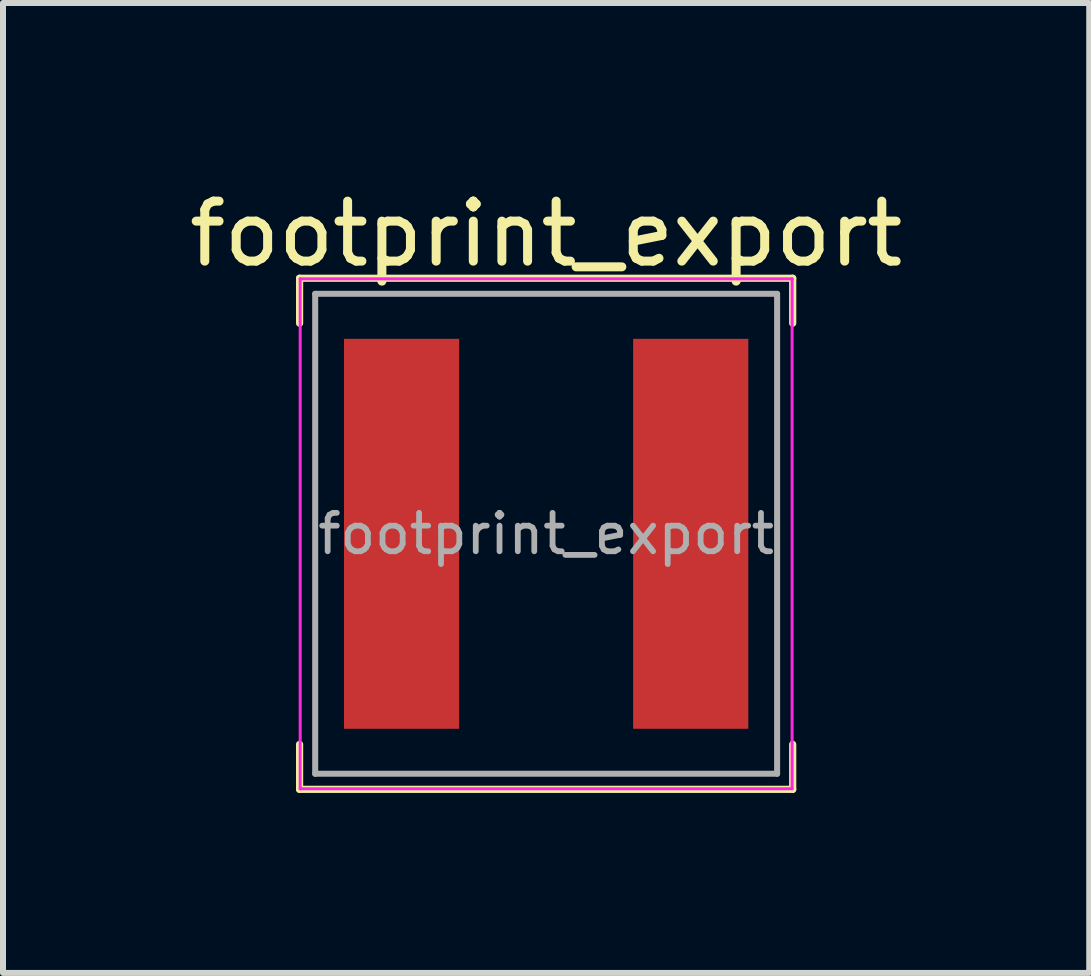
<source format=kicad_pcb>
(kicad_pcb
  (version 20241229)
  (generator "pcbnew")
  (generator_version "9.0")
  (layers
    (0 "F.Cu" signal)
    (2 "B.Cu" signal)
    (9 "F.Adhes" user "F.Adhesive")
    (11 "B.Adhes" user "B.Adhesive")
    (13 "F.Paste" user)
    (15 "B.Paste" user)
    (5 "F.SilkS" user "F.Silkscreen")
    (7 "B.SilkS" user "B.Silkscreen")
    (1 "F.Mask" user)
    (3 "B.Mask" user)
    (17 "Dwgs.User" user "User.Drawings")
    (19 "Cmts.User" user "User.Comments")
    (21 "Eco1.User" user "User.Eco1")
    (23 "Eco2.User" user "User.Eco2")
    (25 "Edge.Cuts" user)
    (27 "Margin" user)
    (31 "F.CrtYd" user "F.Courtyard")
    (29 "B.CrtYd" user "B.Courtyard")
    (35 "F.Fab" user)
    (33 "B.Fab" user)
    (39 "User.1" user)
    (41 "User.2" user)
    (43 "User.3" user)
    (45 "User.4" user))
  (footprint "footprint_export"
    (layer "F.Cu")
    (at 6.054 5.848)
    (property "Reference" "footprint_export" (at 0 -5 0) (layer "F.SilkS") (effects (font (size 1 1) (thickness 0.15))))
    (attr smd)
    (fp_line (start -4.11 -4.26) (end -4.11 -3.51) (stroke (width 0.12) (type solid)) (layer "F.SilkS"))
    (fp_line (start -4.11 -4.26) (end 4.11 -4.26) (stroke (width 0.12) (type solid)) (layer "F.SilkS"))
    (fp_line (start -4.11 4.26) (end -4.11 3.51) (stroke (width 0.12) (type solid)) (layer "F.SilkS"))
    (fp_line (start -4.11 4.26) (end 4.11 4.26) (stroke (width 0.12) (type solid)) (layer "F.SilkS"))
    (fp_line (start 4.11 -4.26) (end 4.11 -3.51) (stroke (width 0.12) (type solid)) (layer "F.SilkS"))
    (fp_line (start 4.11 4.26) (end 4.11 3.51) (stroke (width 0.12) (type solid)) (layer "F.SilkS"))
    (fp_line (start -4.1 -4.25) (end -4.1 4.25) (stroke (width 0.05) (type solid)) (layer "F.CrtYd"))
    (fp_line (start -4.1 4.25) (end 4.1 4.25) (stroke (width 0.05) (type solid)) (layer "F.CrtYd"))
    (fp_line (start 4.1 -4.25) (end -4.1 -4.25) (stroke (width 0.05) (type solid)) (layer "F.CrtYd"))
    (fp_line (start 4.1 4.25) (end 4.1 -4.25) (stroke (width 0.05) (type solid)) (layer "F.CrtYd"))
    (fp_line (start -3.85 -4) (end -3.85 4) (stroke (width 0.1) (type solid)) (layer "F.Fab"))
    (fp_line (start -3.85 4) (end 3.85 4) (stroke (width 0.1) (type solid)) (layer "F.Fab"))
    (fp_line (start 3.85 -4) (end -3.85 -4) (stroke (width 0.1) (type solid)) (layer "F.Fab"))
    (fp_line (start 3.85 4) (end 3.85 -4) (stroke (width 0.1) (type solid)) (layer "F.Fab"))
    (fp_text user "${REFERENCE}" (at 0 0 0) (layer "F.Fab") (effects (font (size 0.64 0.64) (thickness 0.096))))
    (pad "1" smd rect (at -2.41 0) (size 1.92 6.5) (layers "F.Cu" "F.Mask" "F.Paste"))
    (pad "2" smd rect (at 2.41 0) (size 1.92 6.5) (layers "F.Cu" "F.Mask" "F.Paste")))
  (gr_rect
    (start -3 -3)
    (end 15.107 13.168)
    (stroke (width 0.1) (type default))
    (fill no)
    (layer "Edge.Cuts")))
</source>
